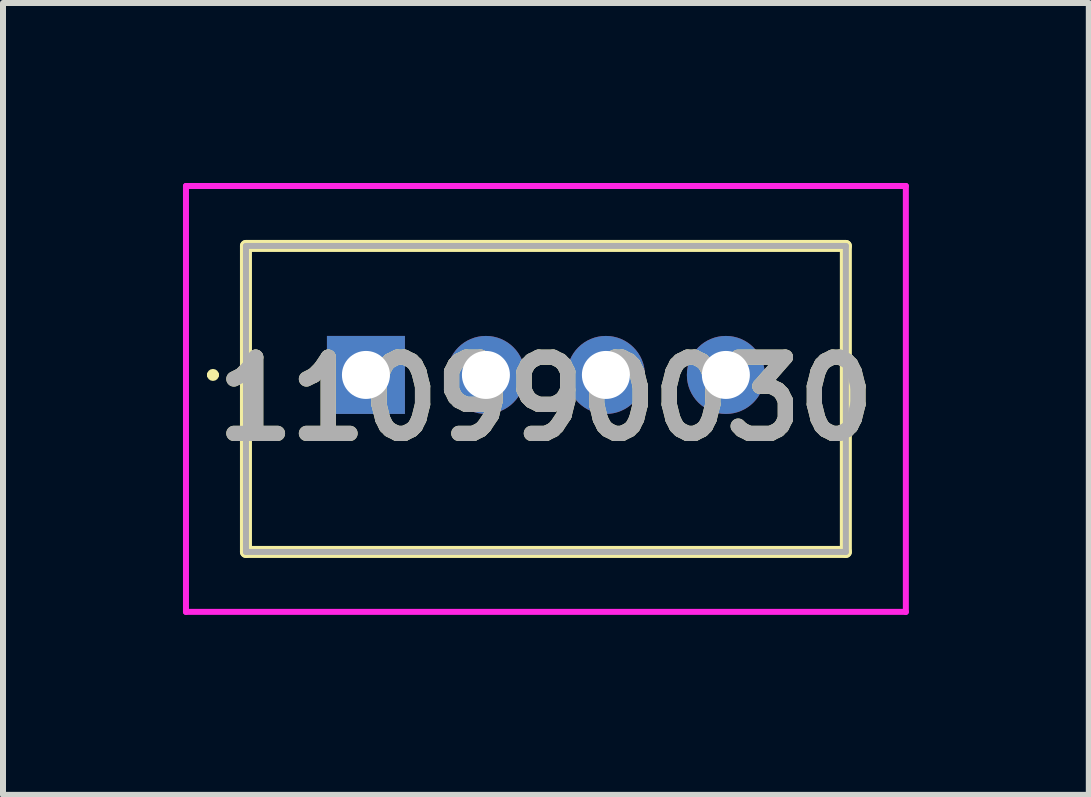
<source format=kicad_pcb>
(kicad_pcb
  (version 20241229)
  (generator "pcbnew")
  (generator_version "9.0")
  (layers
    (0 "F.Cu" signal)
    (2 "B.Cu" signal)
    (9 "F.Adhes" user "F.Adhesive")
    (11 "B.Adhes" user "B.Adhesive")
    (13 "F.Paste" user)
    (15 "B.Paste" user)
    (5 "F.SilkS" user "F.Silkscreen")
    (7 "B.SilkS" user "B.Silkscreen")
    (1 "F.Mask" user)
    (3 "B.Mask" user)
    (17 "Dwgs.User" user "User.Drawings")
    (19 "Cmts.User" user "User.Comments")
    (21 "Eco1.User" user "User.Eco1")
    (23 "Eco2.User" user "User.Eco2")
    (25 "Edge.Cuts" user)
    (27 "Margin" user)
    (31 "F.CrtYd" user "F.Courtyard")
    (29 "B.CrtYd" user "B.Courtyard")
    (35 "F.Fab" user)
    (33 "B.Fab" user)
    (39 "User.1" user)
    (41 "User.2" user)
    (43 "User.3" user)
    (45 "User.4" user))
  (footprint "110990030"
    (layer "F.Cu")
    (at 3.05 3.2)
    (property "Reference" "110990030" (at 3 0.4 0) (layer "F.SilkS") (effects (font (size 1.27 1.27) (thickness 0.254))))
    (attr through_hole)
    (fp_line (start -2.6 0) (end -2.6 0) (stroke (width 0.1) (type solid)) (layer "F.SilkS"))
    (fp_line (start -2.5 0) (end -2.5 0) (stroke (width 0.1) (type solid)) (layer "F.SilkS"))
    (fp_line (start -2 -2.15) (end 8 -2.15) (stroke (width 0.2) (type solid)) (layer "F.SilkS"))
    (fp_line (start -2 2.95) (end -2 -2.15) (stroke (width 0.2) (type solid)) (layer "F.SilkS"))
    (fp_line (start 8 -2.15) (end 8 2.95) (stroke (width 0.2) (type solid)) (layer "F.SilkS"))
    (fp_line (start 8 2.95) (end -2 2.95) (stroke (width 0.2) (type solid)) (layer "F.SilkS"))
    (fp_arc (start -2.6 0) (mid -2.55 -0.05) (end -2.5 0) (stroke (width 0.1) (type solid)) (layer "F.SilkS"))
    (fp_arc (start -2.5 0) (mid -2.55 0.05) (end -2.6 0) (stroke (width 0.1) (type solid)) (layer "F.SilkS"))
    (fp_line (start -3 -3.15) (end 9 -3.15) (stroke (width 0.1) (type solid)) (layer "F.CrtYd"))
    (fp_line (start -3 3.95) (end -3 -3.15) (stroke (width 0.1) (type solid)) (layer "F.CrtYd"))
    (fp_line (start 9 -3.15) (end 9 3.95) (stroke (width 0.1) (type solid)) (layer "F.CrtYd"))
    (fp_line (start 9 3.95) (end -3 3.95) (stroke (width 0.1) (type solid)) (layer "F.CrtYd"))
    (fp_line (start -2 -2.15) (end 8 -2.15) (stroke (width 0.1) (type solid)) (layer "F.Fab"))
    (fp_line (start -2 2.95) (end -2 -2.15) (stroke (width 0.1) (type solid)) (layer "F.Fab"))
    (fp_line (start 8 -2.15) (end 8 2.95) (stroke (width 0.1) (type solid)) (layer "F.Fab"))
    (fp_line (start 8 2.95) (end -2 2.95) (stroke (width 0.1) (type solid)) (layer "F.Fab"))
    (fp_text user "${REFERENCE}" (at 3 0.4 0) (layer "F.Fab") (effects (font (size 1.27 1.27) (thickness 0.254))))
    (pad "1" thru_hole rect (at 0 0) (size 1.3 1.3) (drill 0.8) (layers "*.Cu" "*.Mask"))
    (pad "2" thru_hole circle (at 2 0) (size 1.3 1.3) (drill 0.8) (layers "*.Cu" "*.Mask"))
    (pad "3" thru_hole circle (at 4 0) (size 1.3 1.3) (drill 0.8) (layers "*.Cu" "*.Mask"))
    (pad "4" thru_hole circle (at 6 0) (size 1.3 1.3) (drill 0.8) (layers "*.Cu" "*.Mask")))
  (gr_rect
    (start -3 -3)
    (end 15.1 10.2)
    (stroke (width 0.1) (type default))
    (fill no)
    (layer "Edge.Cuts")))
</source>
